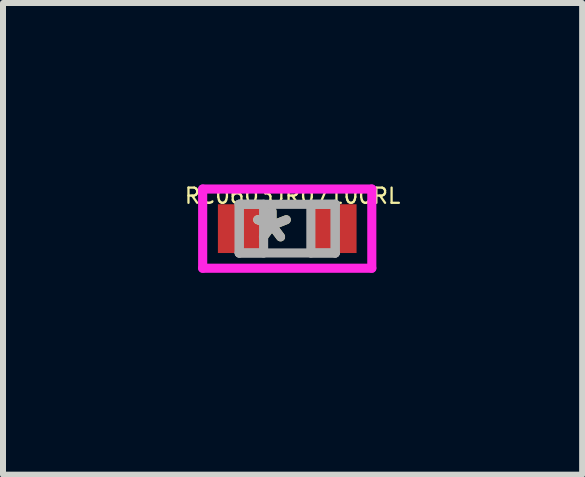
<source format=kicad_pcb>
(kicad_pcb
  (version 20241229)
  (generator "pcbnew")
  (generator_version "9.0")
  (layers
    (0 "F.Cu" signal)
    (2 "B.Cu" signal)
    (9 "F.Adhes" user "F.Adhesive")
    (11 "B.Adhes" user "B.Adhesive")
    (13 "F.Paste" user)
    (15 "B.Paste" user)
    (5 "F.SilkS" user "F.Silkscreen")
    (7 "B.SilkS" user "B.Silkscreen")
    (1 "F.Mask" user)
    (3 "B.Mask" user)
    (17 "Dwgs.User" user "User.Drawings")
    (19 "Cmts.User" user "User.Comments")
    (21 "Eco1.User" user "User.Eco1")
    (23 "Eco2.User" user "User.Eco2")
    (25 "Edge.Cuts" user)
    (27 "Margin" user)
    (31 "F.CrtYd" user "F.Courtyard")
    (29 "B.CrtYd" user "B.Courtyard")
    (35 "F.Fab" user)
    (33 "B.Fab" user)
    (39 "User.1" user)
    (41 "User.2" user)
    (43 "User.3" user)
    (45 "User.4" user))
  (footprint "RC0603JR07100RL"
    (layer "F.Cu")
    (at 1.739 0.762)
    (property "Reference" "RC0603JR07100RL" (at 0.089 -0.546 0) (layer "F.SilkS") (effects (font (size 0.254 0.254) (thickness 0.038))))
    (attr smd)
    (fp_line (start -1.41 -0.66) (end 1.41 -0.66) (stroke (width 0.152) (type solid)) (layer "F.CrtYd"))
    (fp_line (start -1.41 0.66) (end -1.41 -0.66) (stroke (width 0.152) (type solid)) (layer "F.CrtYd"))
    (fp_line (start 1.41 -0.66) (end 1.41 0.66) (stroke (width 0.152) (type solid)) (layer "F.CrtYd"))
    (fp_line (start 1.41 0.66) (end -1.41 0.66) (stroke (width 0.152) (type solid)) (layer "F.CrtYd"))
    (fp_line (start -0.8 -0.406) (end -0.8 0.406) (stroke (width 0.152) (type solid)) (layer "F.Fab"))
    (fp_line (start -0.8 -0.406) (end -0.8 0.406) (stroke (width 0.152) (type solid)) (layer "F.Fab"))
    (fp_line (start -0.8 0.406) (end -0.394 0.406) (stroke (width 0.152) (type solid)) (layer "F.Fab"))
    (fp_line (start -0.8 0.406) (end 0.8 0.406) (stroke (width 0.152) (type solid)) (layer "F.Fab"))
    (fp_line (start -0.394 -0.406) (end -0.8 -0.406) (stroke (width 0.152) (type solid)) (layer "F.Fab"))
    (fp_line (start -0.394 0.406) (end -0.394 -0.406) (stroke (width 0.152) (type solid)) (layer "F.Fab"))
    (fp_line (start 0.394 -0.406) (end 0.394 0.406) (stroke (width 0.152) (type solid)) (layer "F.Fab"))
    (fp_line (start 0.394 0.406) (end 0.8 0.406) (stroke (width 0.152) (type solid)) (layer "F.Fab"))
    (fp_line (start 0.8 -0.406) (end -0.8 -0.406) (stroke (width 0.152) (type solid)) (layer "F.Fab"))
    (fp_line (start 0.8 -0.406) (end 0.394 -0.406) (stroke (width 0.152) (type solid)) (layer "F.Fab"))
    (fp_line (start 0.8 0.406) (end 0.8 -0.406) (stroke (width 0.152) (type solid)) (layer "F.Fab"))
    (fp_line (start 0.8 0.406) (end 0.8 -0.406) (stroke (width 0.152) (type solid)) (layer "F.Fab"))
    (fp_text user "*" (at -0.254 0.254 0) (layer "F.SilkS") (effects (font (size 1 1) (thickness 0.15))))
    (fp_text user "*" (at -0.254 0.254 0) (layer "F.Fab") (effects (font (size 1 1) (thickness 0.15))))
    (pad "1" smd rect (at -0.775 0) (size 0.762 0.813) (layers "F.Cu" "F.Mask" "F.Paste"))
    (pad "2" smd rect (at 0.775 0) (size 0.762 0.813) (layers "F.Cu" "F.Mask" "F.Paste")))
  (gr_rect
    (start -3 -3)
    (end 6.656 4.864)
    (stroke (width 0.1) (type default))
    (fill no)
    (layer "Edge.Cuts")))
</source>
